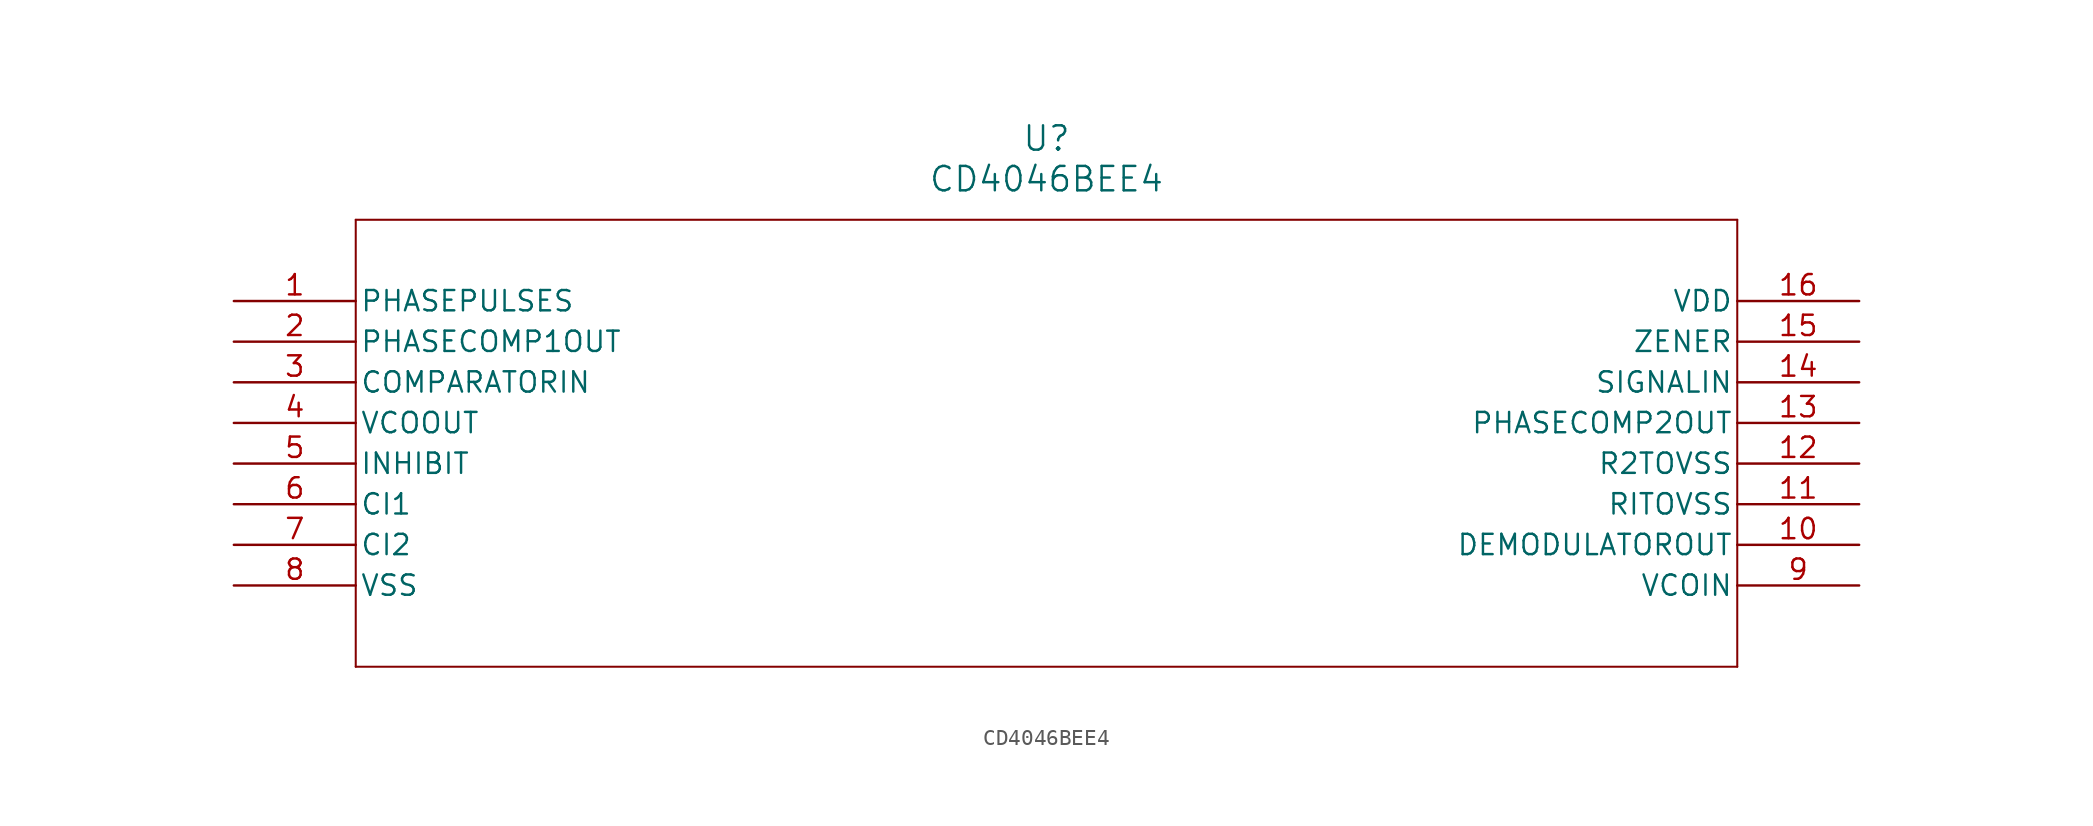
<source format=kicad_sym>
(kicad_symbol_lib
  (version 20211014)
  (generator kicad_symbol_editor)
  (symbol "CD4046BEE4"
    (pin_names
      (offset 0.254))
    (property "Reference" "U"
      (at 50.8 10.16 0)
      (effects (font (size 1.524 1.524))))
    (property "Value" "CD4046BEE4"
      (at 50.8 7.62 0)
      (effects (font (size 1.524 1.524))))
    (symbol "CD4046BEE4_0_1"
      (polyline (pts (xy 7.62 5.08) (xy 7.62 -22.86)) (stroke (width 0.127) (type default) (color 0 0 0 0)) (fill (type none)))
      (polyline (pts (xy 7.62 -22.86) (xy 93.98 -22.86)) (stroke (width 0.127) (type default) (color 0 0 0 0)) (fill (type none)))
      (polyline (pts (xy 93.98 -22.86) (xy 93.98 5.08)) (stroke (width 0.127) (type default) (color 0 0 0 0)) (fill (type none)))
      (polyline (pts (xy 93.98 5.08) (xy 7.62 5.08)) (stroke (width 0.127) (type default) (color 0 0 0 0)) (fill (type none)))
      (pin unspecified line (at 0 0 0) (length 7.62) (name "PHASEPULSES" (effects (font (size 1.27 1.27)))) (number "1" (effects (font (size 1.27 1.27)))))
      (pin output line (at 0 -2.54 0) (length 7.62) (name "PHASECOMP1OUT" (effects (font (size 1.27 1.27)))) (number "2" (effects (font (size 1.27 1.27)))))
      (pin input line (at 0 -5.08 0) (length 7.62) (name "COMPARATORIN" (effects (font (size 1.27 1.27)))) (number "3" (effects (font (size 1.27 1.27)))))
      (pin output line (at 0 -7.62 0) (length 7.62) (name "VCOOUT" (effects (font (size 1.27 1.27)))) (number "4" (effects (font (size 1.27 1.27)))))
      (pin input line (at 0 -10.16 0) (length 7.62) (name "INHIBIT" (effects (font (size 1.27 1.27)))) (number "5" (effects (font (size 1.27 1.27)))))
      (pin unspecified line (at 0 -12.7 0) (length 7.62) (name "CI1" (effects (font (size 1.27 1.27)))) (number "6" (effects (font (size 1.27 1.27)))))
      (pin unspecified line (at 0 -15.24 0) (length 7.62) (name "CI2" (effects (font (size 1.27 1.27)))) (number "7" (effects (font (size 1.27 1.27)))))
      (pin power_in line (at 0 -17.78 0) (length 7.62) (name "VSS" (effects (font (size 1.27 1.27)))) (number "8" (effects (font (size 1.27 1.27)))))
      (pin input line (at 101.6 -17.78 180) (length 7.62) (name "VCOIN" (effects (font (size 1.27 1.27)))) (number "9" (effects (font (size 1.27 1.27)))))
      (pin output line (at 101.6 -15.24 180) (length 7.62) (name "DEMODULATOROUT" (effects (font (size 1.27 1.27)))) (number "10" (effects (font (size 1.27 1.27)))))
      (pin power_in line (at 101.6 -12.7 180) (length 7.62) (name "RITOVSS" (effects (font (size 1.27 1.27)))) (number "11" (effects (font (size 1.27 1.27)))))
      (pin power_in line (at 101.6 -10.16 180) (length 7.62) (name "R2TOVSS" (effects (font (size 1.27 1.27)))) (number "12" (effects (font (size 1.27 1.27)))))
      (pin output line (at 101.6 -7.62 180) (length 7.62) (name "PHASECOMP2OUT" (effects (font (size 1.27 1.27)))) (number "13" (effects (font (size 1.27 1.27)))))
      (pin input line (at 101.6 -5.08 180) (length 7.62) (name "SIGNALIN" (effects (font (size 1.27 1.27)))) (number "14" (effects (font (size 1.27 1.27)))))
      (pin unspecified line (at 101.6 -2.54 180) (length 7.62) (name "ZENER" (effects (font (size 1.27 1.27)))) (number "15" (effects (font (size 1.27 1.27)))))
      (pin power_in line (at 101.6 0 180) (length 7.62) (name "VDD" (effects (font (size 1.27 1.27)))) (number "16" (effects (font (size 1.27 1.27))))))))
</source>
